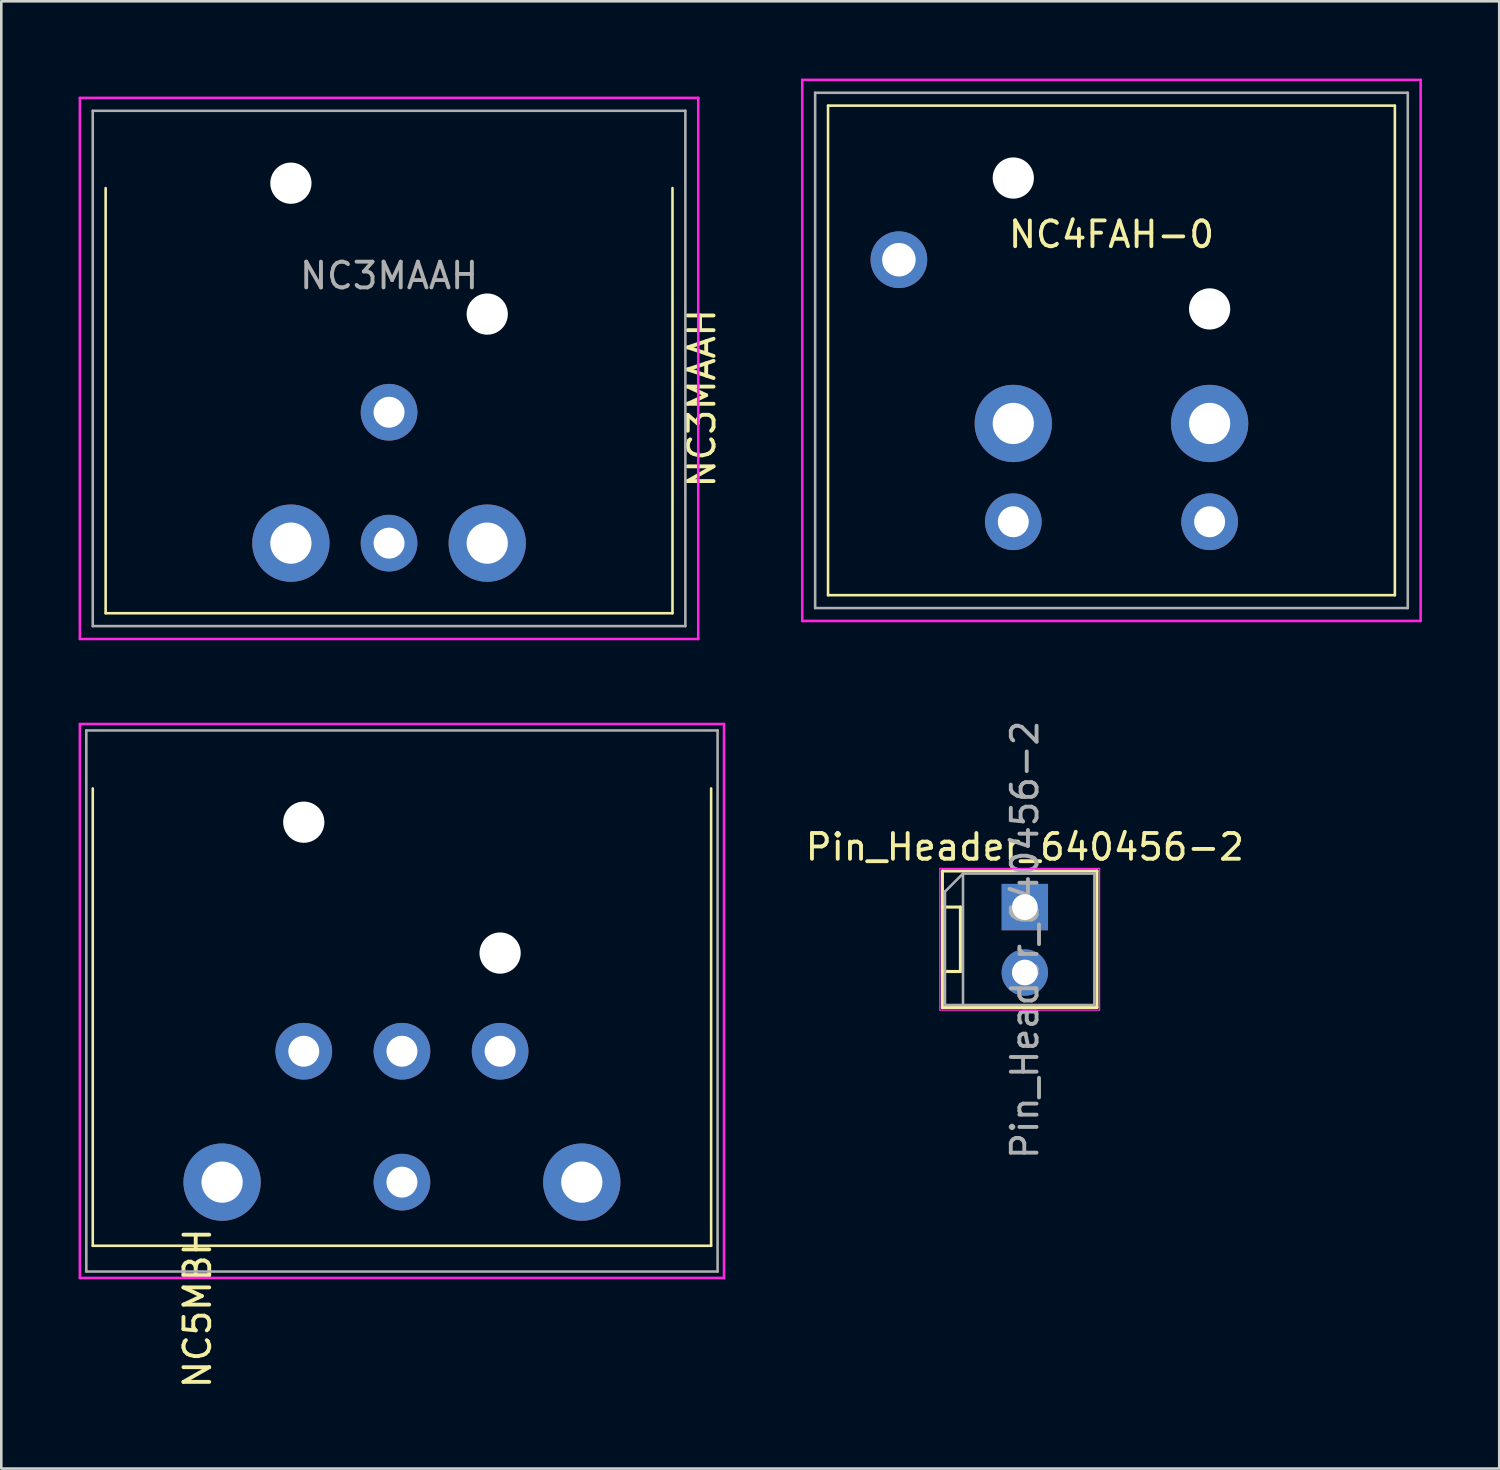
<source format=kicad_pcb>
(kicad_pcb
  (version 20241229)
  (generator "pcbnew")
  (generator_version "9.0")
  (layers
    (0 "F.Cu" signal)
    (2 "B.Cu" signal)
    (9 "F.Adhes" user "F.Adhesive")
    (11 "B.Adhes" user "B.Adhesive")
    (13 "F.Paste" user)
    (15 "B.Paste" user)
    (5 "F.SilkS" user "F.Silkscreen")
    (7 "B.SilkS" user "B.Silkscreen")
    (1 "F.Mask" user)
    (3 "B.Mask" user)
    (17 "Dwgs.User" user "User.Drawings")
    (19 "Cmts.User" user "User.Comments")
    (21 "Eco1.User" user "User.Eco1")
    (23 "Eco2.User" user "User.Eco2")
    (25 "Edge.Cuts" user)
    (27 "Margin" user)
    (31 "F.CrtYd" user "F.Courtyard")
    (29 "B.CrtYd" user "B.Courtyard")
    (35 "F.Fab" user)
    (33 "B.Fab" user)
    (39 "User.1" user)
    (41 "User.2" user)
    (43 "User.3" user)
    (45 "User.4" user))
  (footprint "NC5MBH"
    (layer "F.Cu")
    (at 12.55 25.05)
    (property "Reference" "NC5MBH" (at -7.935 22.676 270) (layer "F.SilkS") (effects (font (size 1 1) (thickness 0.15))))
    (attr through_hole)
    (fp_line (start -12 20.25) (end -12 2.5) (stroke (width 0.1) (type solid)) (layer "F.SilkS"))
    (fp_line (start 12 2.5) (end 12 20.25) (stroke (width 0.1) (type solid)) (layer "F.SilkS"))
    (fp_line (start 12 20.25) (end -12 20.25) (stroke (width 0.1) (type solid)) (layer "F.SilkS"))
    (fp_line (start -12.5 0) (end -12.5 21.5) (stroke (width 0.1) (type solid)) (layer "F.CrtYd"))
    (fp_line (start -12.5 0) (end 12.5 0) (stroke (width 0.1) (type solid)) (layer "F.CrtYd"))
    (fp_line (start -12.5 21.5) (end 12.5 21.5) (stroke (width 0.1) (type solid)) (layer "F.CrtYd"))
    (fp_line (start 12.5 21.5) (end 12.5 0) (stroke (width 0.1) (type solid)) (layer "F.CrtYd"))
    (fp_line (start -12.25 0.25) (end 12.25 0.25) (stroke (width 0.1) (type solid)) (layer "F.Fab"))
    (fp_line (start -12.25 21.25) (end -12.25 0.25) (stroke (width 0.1) (type solid)) (layer "F.Fab"))
    (fp_line (start 12.25 0.25) (end 12.25 21.25) (stroke (width 0.1) (type solid)) (layer "F.Fab"))
    (fp_line (start 12.25 21.25) (end -12.25 21.25) (stroke (width 0.1) (type solid)) (layer "F.Fab"))
    (pad "" np_thru_hole circle (at -3.81 3.81) (size 1.6 1.6) (drill 1.6) (layers "*.Cu" "*.Mask"))
    (pad "" np_thru_hole circle (at 3.81 8.89) (size 1.6 1.6) (drill 1.6) (layers "*.Cu" "*.Mask"))
    (pad "1" thru_hole circle (at 6.98 17.78) (size 3 3) (drill 1.6) (layers "*.Cu" "*.Mask"))
    (pad "2" thru_hole circle (at 3.81 12.7) (size 2.2 2.2) (drill 1.2) (layers "*.Cu" "*.Mask"))
    (pad "3" thru_hole circle (at 0 17.78) (size 2.2 2.2) (drill 1.2) (layers "*.Cu" "*.Mask"))
    (pad "4" thru_hole circle (at -3.81 12.7) (size 2.2 2.2) (drill 1.2) (layers "*.Cu" "*.Mask"))
    (pad "5" thru_hole circle (at -6.98 17.78) (size 3 3) (drill 1.6) (layers "*.Cu" "*.Mask"))
    (pad "6" thru_hole circle (at 0 12.7) (size 2.2 2.2) (drill 1.2) (layers "*.Cu" "*.Mask")))
  (footprint "NC4FAH-0"
    (layer "F.Cu")
    (at 40.087 3.55)
    (property "Reference" "NC4FAH-0" (at 0 2.5 0) (layer "F.SilkS") (effects (font (size 1 1) (thickness 0.15))))
    (attr through_hole)
    (fp_line (start -11 -2.5) (end 11 -2.5) (stroke (width 0.1) (type solid)) (layer "F.SilkS"))
    (fp_line (start -11 16.5) (end -11 -2.5) (stroke (width 0.1) (type solid)) (layer "F.SilkS"))
    (fp_line (start 11 -2.5) (end 11 16.5) (stroke (width 0.1) (type solid)) (layer "F.SilkS"))
    (fp_line (start 11 16.5) (end -11 16.5) (stroke (width 0.1) (type solid)) (layer "F.SilkS"))
    (fp_line (start -12 -3.5) (end -12 17.5) (stroke (width 0.1) (type solid)) (layer "F.CrtYd"))
    (fp_line (start -12 -3.5) (end 12 -3.5) (stroke (width 0.1) (type solid)) (layer "F.CrtYd"))
    (fp_line (start -12 17.5) (end 12 17.5) (stroke (width 0.1) (type solid)) (layer "F.CrtYd"))
    (fp_line (start 12 17.5) (end 12 -3.5) (stroke (width 0.1) (type solid)) (layer "F.CrtYd"))
    (fp_line (start -11.5 -3) (end 11.5 -3) (stroke (width 0.1) (type solid)) (layer "F.Fab"))
    (fp_line (start -11.5 17) (end -11.5 -3) (stroke (width 0.1) (type solid)) (layer "F.Fab"))
    (fp_line (start 11.5 -3) (end 11.5 17) (stroke (width 0.1) (type solid)) (layer "F.Fab"))
    (fp_line (start 11.5 17) (end -11.5 17) (stroke (width 0.1) (type solid)) (layer "F.Fab"))
    (pad "" np_thru_hole circle (at -3.81 0.31) (size 1.6 1.6) (drill 1.6) (layers "*.Cu" "*.Mask"))
    (pad "" np_thru_hole circle (at 3.81 5.39) (size 1.6 1.6) (drill 1.6) (layers "*.Cu" "*.Mask"))
    (pad "1" thru_hole circle (at -3.81 13.65) (size 2.2 2.2) (drill 1.2) (layers "*.Cu" "*.Mask"))
    (pad "2" thru_hole circle (at -3.81 9.835) (size 3 3) (drill 1.6) (layers "*.Cu" "*.Mask"))
    (pad "3" thru_hole circle (at 3.81 9.835) (size 3 3) (drill 1.6) (layers "*.Cu" "*.Mask"))
    (pad "4" thru_hole circle (at 3.81 13.65) (size 2.2 2.2) (drill 1.2) (layers "*.Cu" "*.Mask"))
    (pad "5" thru_hole circle (at -8.25 3.48) (size 2.2 2.2) (drill 1.3) (layers "*.Cu" "*.Mask")))
  (footprint "NC3MAAH"
    (layer "F.Cu")
    (at 12.05 0.25)
    (property "Reference" "NC3MAAH" (at 12.139 12.157 270) (layer "F.SilkS") (effects (font (size 1 1) (thickness 0.15))))
    (attr through_hole)
    (fp_line (start -11 20.5) (end -11 4) (stroke (width 0.1) (type solid)) (layer "F.SilkS"))
    (fp_line (start 11 4) (end 11 20.5) (stroke (width 0.1) (type solid)) (layer "F.SilkS"))
    (fp_line (start 11 20.5) (end -11 20.5) (stroke (width 0.1) (type solid)) (layer "F.SilkS"))
    (fp_line (start -12 0.5) (end -12 21.5) (stroke (width 0.1) (type solid)) (layer "F.CrtYd"))
    (fp_line (start -12 0.5) (end 12 0.5) (stroke (width 0.1) (type solid)) (layer "F.CrtYd"))
    (fp_line (start -12 21.5) (end 12 21.5) (stroke (width 0.1) (type solid)) (layer "F.CrtYd"))
    (fp_line (start 12 21.5) (end 12 0.5) (stroke (width 0.1) (type solid)) (layer "F.CrtYd"))
    (fp_line (start -11.5 1) (end 11.5 1) (stroke (width 0.1) (type solid)) (layer "F.Fab"))
    (fp_line (start -11.5 21) (end -11.5 1) (stroke (width 0.1) (type solid)) (layer "F.Fab"))
    (fp_line (start 11.5 1) (end 11.5 21) (stroke (width 0.1) (type solid)) (layer "F.Fab"))
    (fp_line (start 11.5 21) (end -11.5 21) (stroke (width 0.1) (type solid)) (layer "F.Fab"))
    (fp_text user "${REFERENCE}" (at 0 7.4 0) (layer "F.Fab") (effects (font (size 1 1) (thickness 0.15))))
    (pad "" np_thru_hole circle (at -3.81 3.81) (size 1.6 1.6) (drill 1.6) (layers "*.Cu" "*.Mask"))
    (pad "" np_thru_hole circle (at 3.81 8.89) (size 1.6 1.6) (drill 1.6) (layers "*.Cu" "*.Mask"))
    (pad "1" thru_hole circle (at 3.81 17.78) (size 3 3) (drill 1.6) (layers "*.Cu" "*.Mask"))
    (pad "2" thru_hole circle (at -3.81 17.78) (size 3 3) (drill 1.6) (layers "*.Cu" "*.Mask"))
    (pad "3" thru_hole circle (at 0 17.78) (size 2.2 2.2) (drill 1.2) (layers "*.Cu" "*.Mask"))
    (pad "4" thru_hole circle (at 0 12.7) (size 2.2 2.2) (drill 1.2) (layers "*.Cu" "*.Mask")))
  (footprint "Pin_Header_640456-2"
    (layer "F.Cu")
    (at 36.725 32.155)
    (property "Reference" "Pin_Header_640456-2" (at 0 -2.33 0) (layer "F.SilkS") (effects (font (size 1 1) (thickness 0.15))))
    (attr through_hole)
    (fp_line (start -3.2 -1.4) (end -3.2 3.9) (stroke (width 0.12) (type solid)) (layer "F.SilkS"))
    (fp_line (start -3.2 -1.4) (end 2.8 -1.4) (stroke (width 0.12) (type solid)) (layer "F.SilkS"))
    (fp_line (start -3.2 3.9) (end 2.8 3.9) (stroke (width 0.12) (type solid)) (layer "F.SilkS"))
    (fp_line (start -2.5 0) (end -3.2 0) (stroke (width 0.12) (type solid)) (layer "F.SilkS"))
    (fp_line (start -2.5 0) (end -2.5 2.5) (stroke (width 0.12) (type solid)) (layer "F.SilkS"))
    (fp_line (start -2.5 2.5) (end -3.2 2.5) (stroke (width 0.12) (type solid)) (layer "F.SilkS"))
    (fp_line (start 2.8 -1.4) (end 2.8 3.9) (stroke (width 0.12) (type solid)) (layer "F.SilkS"))
    (fp_line (start -3.3 -1.5) (end 2.9 -1.5) (stroke (width 0.05) (type solid)) (layer "F.CrtYd"))
    (fp_line (start -3.3 4) (end -3.3 -1.5) (stroke (width 0.05) (type solid)) (layer "F.CrtYd"))
    (fp_line (start 2.9 -1.5) (end 2.9 4) (stroke (width 0.05) (type solid)) (layer "F.CrtYd"))
    (fp_line (start 2.9 4) (end -3.3 4) (stroke (width 0.05) (type solid)) (layer "F.CrtYd"))
    (fp_line (start -3.1 -0.6) (end -2.4 -1.3) (stroke (width 0.1) (type solid)) (layer "F.Fab"))
    (fp_line (start -3.1 3.8) (end -3.1 -0.6) (stroke (width 0.1) (type solid)) (layer "F.Fab"))
    (fp_line (start -2.4 -1.3) (end 2.7 -1.3) (stroke (width 0.1) (type solid)) (layer "F.Fab"))
    (fp_line (start -2.4 3.8) (end -2.4 -1.3) (stroke (width 0.1) (type solid)) (layer "F.Fab"))
    (fp_line (start 2.7 -1.3) (end 2.7 3.8) (stroke (width 0.1) (type solid)) (layer "F.Fab"))
    (fp_line (start 2.7 3.8) (end -3.1 3.8) (stroke (width 0.1) (type solid)) (layer "F.Fab"))
    (fp_text user "${REFERENCE}" (at 0 1.27 90) (layer "F.Fab") (effects (font (size 1 1) (thickness 0.15))))
    (pad "1" thru_hole rect (at 0 0) (size 1.8 1.8) (drill 1) (layers "*.Cu" "*.Mask"))
    (pad "2" thru_hole oval (at 0 2.54) (size 1.8 1.8) (drill 1) (layers "*.Cu" "*.Mask")))
  (gr_rect
    (start -3 -3)
    (end 55.137 53.946)
    (stroke (width 0.1) (type default))
    (fill no)
    (layer "Edge.Cuts")))
</source>
